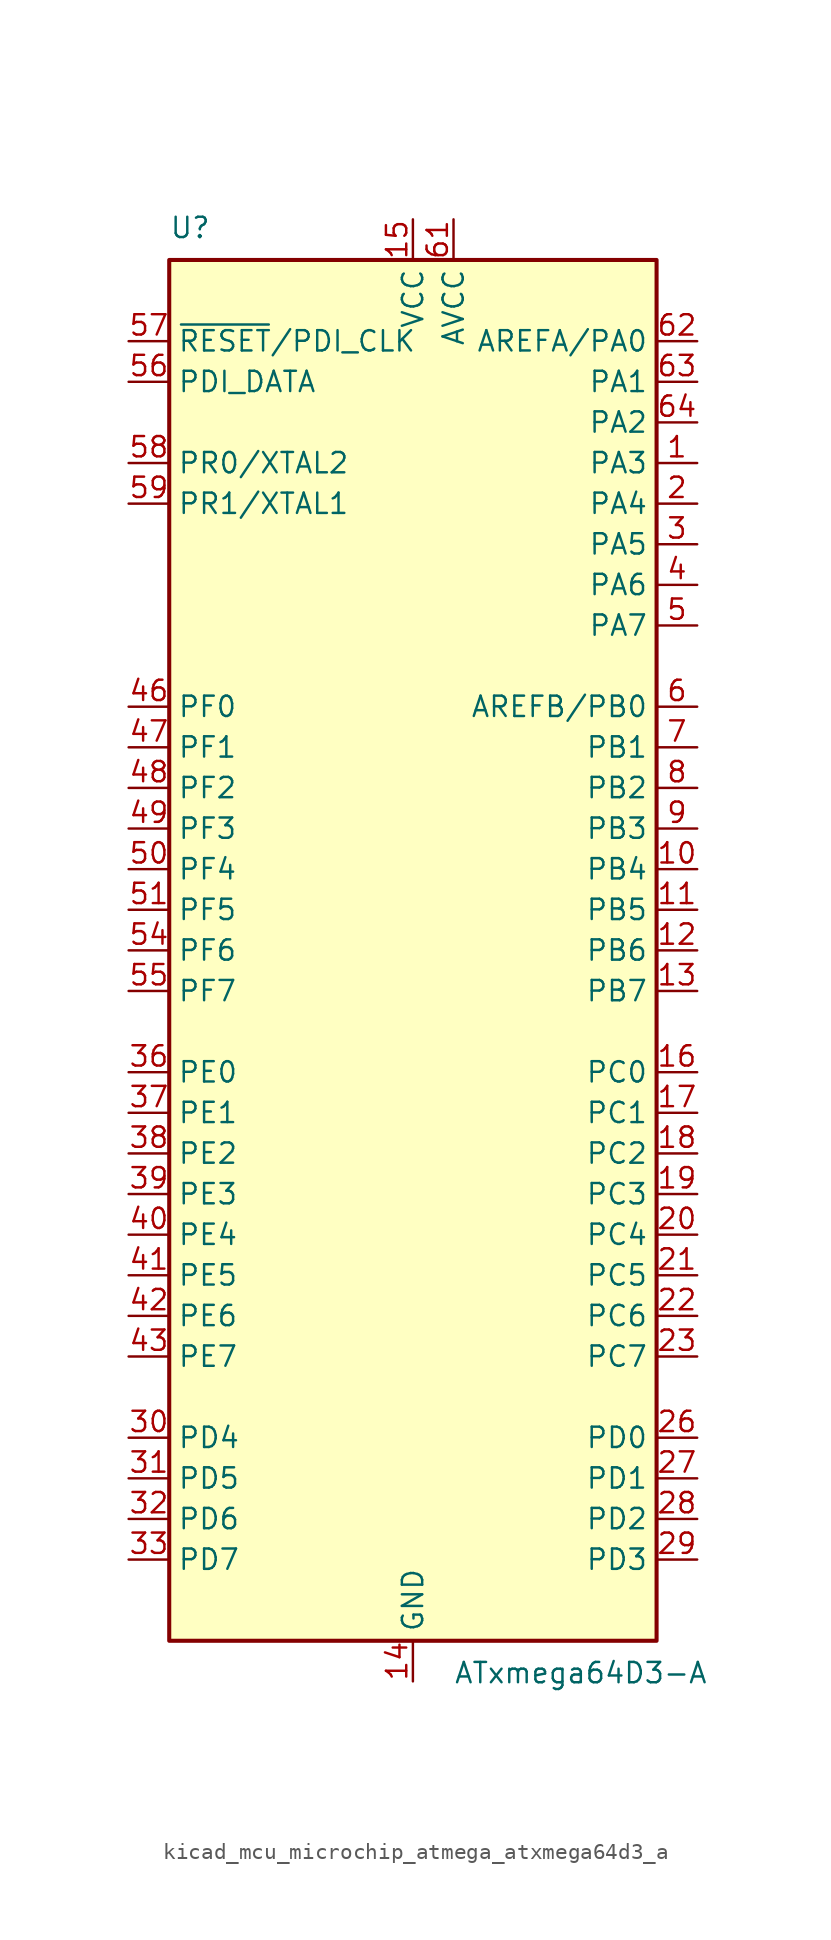
<source format=kicad_sym>
(kicad_symbol_lib
  (version 20220914)
  (generator kicad_symbol_editor)
  (symbol "kicad_mcu_microchip_atmega_atxmega64d3_a"
    (property "Reference" "U"
      (at -15.24 44.45 0)
      (effects (font (size 1.27 1.27)) (justify left bottom)))
    (property "Value" "ATxmega64D3-A"
      (at 2.54 -44.45 0)
      (effects (font (size 1.27 1.27)) (justify left top)))
    (symbol "kicad_mcu_microchip_atmega_atxmega64d3_a_0_1"
      (rectangle (start -15.24 -43.18) (end 15.24 43.18) (stroke (width 0.254) (type default)) (fill (type background))))
    (symbol "kicad_mcu_microchip_atmega_atxmega64d3_a_1_1"
      (pin bidirectional line (at 17.78 30.48 180) (length 2.54) (name "PA3" (effects (font (size 1.27 1.27)))) (number "1" (effects (font (size 1.27 1.27)))))
      (pin bidirectional line (at 17.78 5.08 180) (length 2.54) (name "PB4" (effects (font (size 1.27 1.27)))) (number "10" (effects (font (size 1.27 1.27)))))
      (pin bidirectional line (at 17.78 2.54 180) (length 2.54) (name "PB5" (effects (font (size 1.27 1.27)))) (number "11" (effects (font (size 1.27 1.27)))))
      (pin bidirectional line (at 17.78 0 180) (length 2.54) (name "PB6" (effects (font (size 1.27 1.27)))) (number "12" (effects (font (size 1.27 1.27)))))
      (pin bidirectional line (at 17.78 -2.54 180) (length 2.54) (name "PB7" (effects (font (size 1.27 1.27)))) (number "13" (effects (font (size 1.27 1.27)))))
      (pin power_in line (at 0 -45.72 90) (length 2.54) (name "GND" (effects (font (size 1.27 1.27)))) (number "14" (effects (font (size 1.27 1.27)))))
      (pin power_in line (at 0 45.72 270) (length 2.54) (name "VCC" (effects (font (size 1.27 1.27)))) (number "15" (effects (font (size 1.27 1.27)))))
      (pin bidirectional line (at 17.78 -7.62 180) (length 2.54) (name "PC0" (effects (font (size 1.27 1.27)))) (number "16" (effects (font (size 1.27 1.27)))))
      (pin bidirectional line (at 17.78 -10.16 180) (length 2.54) (name "PC1" (effects (font (size 1.27 1.27)))) (number "17" (effects (font (size 1.27 1.27)))))
      (pin bidirectional line (at 17.78 -12.7 180) (length 2.54) (name "PC2" (effects (font (size 1.27 1.27)))) (number "18" (effects (font (size 1.27 1.27)))))
      (pin bidirectional line (at 17.78 -15.24 180) (length 2.54) (name "PC3" (effects (font (size 1.27 1.27)))) (number "19" (effects (font (size 1.27 1.27)))))
      (pin bidirectional line (at 17.78 27.94 180) (length 2.54) (name "PA4" (effects (font (size 1.27 1.27)))) (number "2" (effects (font (size 1.27 1.27)))))
      (pin bidirectional line (at 17.78 -17.78 180) (length 2.54) (name "PC4" (effects (font (size 1.27 1.27)))) (number "20" (effects (font (size 1.27 1.27)))))
      (pin bidirectional line (at 17.78 -20.32 180) (length 2.54) (name "PC5" (effects (font (size 1.27 1.27)))) (number "21" (effects (font (size 1.27 1.27)))))
      (pin bidirectional line (at 17.78 -22.86 180) (length 2.54) (name "PC6" (effects (font (size 1.27 1.27)))) (number "22" (effects (font (size 1.27 1.27)))))
      (pin bidirectional line (at 17.78 -25.4 180) (length 2.54) (name "PC7" (effects (font (size 1.27 1.27)))) (number "23" (effects (font (size 1.27 1.27)))))
      (pin passive line (at 0 -45.72 90) (length 2.54) hide (name "GND" (effects (font (size 1.27 1.27)))) (number "24" (effects (font (size 1.27 1.27)))))
      (pin passive line (at 0 45.72 270) (length 2.54) hide (name "VCC" (effects (font (size 1.27 1.27)))) (number "25" (effects (font (size 1.27 1.27)))))
      (pin bidirectional line (at 17.78 -30.48 180) (length 2.54) (name "PD0" (effects (font (size 1.27 1.27)))) (number "26" (effects (font (size 1.27 1.27)))))
      (pin bidirectional line (at 17.78 -33.02 180) (length 2.54) (name "PD1" (effects (font (size 1.27 1.27)))) (number "27" (effects (font (size 1.27 1.27)))))
      (pin bidirectional line (at 17.78 -35.56 180) (length 2.54) (name "PD2" (effects (font (size 1.27 1.27)))) (number "28" (effects (font (size 1.27 1.27)))))
      (pin bidirectional line (at 17.78 -38.1 180) (length 2.54) (name "PD3" (effects (font (size 1.27 1.27)))) (number "29" (effects (font (size 1.27 1.27)))))
      (pin bidirectional line (at 17.78 25.4 180) (length 2.54) (name "PA5" (effects (font (size 1.27 1.27)))) (number "3" (effects (font (size 1.27 1.27)))))
      (pin bidirectional line (at -17.78 -30.48 0) (length 2.54) (name "PD4" (effects (font (size 1.27 1.27)))) (number "30" (effects (font (size 1.27 1.27)))))
      (pin bidirectional line (at -17.78 -33.02 0) (length 2.54) (name "PD5" (effects (font (size 1.27 1.27)))) (number "31" (effects (font (size 1.27 1.27)))))
      (pin bidirectional line (at -17.78 -35.56 0) (length 2.54) (name "PD6" (effects (font (size 1.27 1.27)))) (number "32" (effects (font (size 1.27 1.27)))))
      (pin bidirectional line (at -17.78 -38.1 0) (length 2.54) (name "PD7" (effects (font (size 1.27 1.27)))) (number "33" (effects (font (size 1.27 1.27)))))
      (pin passive line (at 0 -45.72 90) (length 2.54) hide (name "GND" (effects (font (size 1.27 1.27)))) (number "34" (effects (font (size 1.27 1.27)))))
      (pin passive line (at 0 45.72 270) (length 2.54) hide (name "VCC" (effects (font (size 1.27 1.27)))) (number "35" (effects (font (size 1.27 1.27)))))
      (pin bidirectional line (at -17.78 -7.62 0) (length 2.54) (name "PE0" (effects (font (size 1.27 1.27)))) (number "36" (effects (font (size 1.27 1.27)))))
      (pin bidirectional line (at -17.78 -10.16 0) (length 2.54) (name "PE1" (effects (font (size 1.27 1.27)))) (number "37" (effects (font (size 1.27 1.27)))))
      (pin bidirectional line (at -17.78 -12.7 0) (length 2.54) (name "PE2" (effects (font (size 1.27 1.27)))) (number "38" (effects (font (size 1.27 1.27)))))
      (pin bidirectional line (at -17.78 -15.24 0) (length 2.54) (name "PE3" (effects (font (size 1.27 1.27)))) (number "39" (effects (font (size 1.27 1.27)))))
      (pin bidirectional line (at 17.78 22.86 180) (length 2.54) (name "PA6" (effects (font (size 1.27 1.27)))) (number "4" (effects (font (size 1.27 1.27)))))
      (pin bidirectional line (at -17.78 -17.78 0) (length 2.54) (name "PE4" (effects (font (size 1.27 1.27)))) (number "40" (effects (font (size 1.27 1.27)))))
      (pin bidirectional line (at -17.78 -20.32 0) (length 2.54) (name "PE5" (effects (font (size 1.27 1.27)))) (number "41" (effects (font (size 1.27 1.27)))))
      (pin bidirectional line (at -17.78 -22.86 0) (length 2.54) (name "PE6" (effects (font (size 1.27 1.27)))) (number "42" (effects (font (size 1.27 1.27)))))
      (pin bidirectional line (at -17.78 -25.4 0) (length 2.54) (name "PE7" (effects (font (size 1.27 1.27)))) (number "43" (effects (font (size 1.27 1.27)))))
      (pin passive line (at 0 -45.72 90) (length 2.54) hide (name "GND" (effects (font (size 1.27 1.27)))) (number "44" (effects (font (size 1.27 1.27)))))
      (pin passive line (at 0 45.72 270) (length 2.54) hide (name "VCC" (effects (font (size 1.27 1.27)))) (number "45" (effects (font (size 1.27 1.27)))))
      (pin bidirectional line (at -17.78 15.24 0) (length 2.54) (name "PF0" (effects (font (size 1.27 1.27)))) (number "46" (effects (font (size 1.27 1.27)))))
      (pin bidirectional line (at -17.78 12.7 0) (length 2.54) (name "PF1" (effects (font (size 1.27 1.27)))) (number "47" (effects (font (size 1.27 1.27)))))
      (pin bidirectional line (at -17.78 10.16 0) (length 2.54) (name "PF2" (effects (font (size 1.27 1.27)))) (number "48" (effects (font (size 1.27 1.27)))))
      (pin bidirectional line (at -17.78 7.62 0) (length 2.54) (name "PF3" (effects (font (size 1.27 1.27)))) (number "49" (effects (font (size 1.27 1.27)))))
      (pin bidirectional line (at 17.78 20.32 180) (length 2.54) (name "PA7" (effects (font (size 1.27 1.27)))) (number "5" (effects (font (size 1.27 1.27)))))
      (pin bidirectional line (at -17.78 5.08 0) (length 2.54) (name "PF4" (effects (font (size 1.27 1.27)))) (number "50" (effects (font (size 1.27 1.27)))))
      (pin bidirectional line (at -17.78 2.54 0) (length 2.54) (name "PF5" (effects (font (size 1.27 1.27)))) (number "51" (effects (font (size 1.27 1.27)))))
      (pin passive line (at 0 -45.72 90) (length 2.54) hide (name "GND" (effects (font (size 1.27 1.27)))) (number "52" (effects (font (size 1.27 1.27)))))
      (pin passive line (at 0 45.72 270) (length 2.54) hide (name "VCC" (effects (font (size 1.27 1.27)))) (number "53" (effects (font (size 1.27 1.27)))))
      (pin bidirectional line (at -17.78 0 0) (length 2.54) (name "PF6" (effects (font (size 1.27 1.27)))) (number "54" (effects (font (size 1.27 1.27)))))
      (pin bidirectional line (at -17.78 -2.54 0) (length 2.54) (name "PF7" (effects (font (size 1.27 1.27)))) (number "55" (effects (font (size 1.27 1.27)))))
      (pin bidirectional line (at -17.78 35.56 0) (length 2.54) (name "PDI_DATA" (effects (font (size 1.27 1.27)))) (number "56" (effects (font (size 1.27 1.27)))))
      (pin input line (at -17.78 38.1 0) (length 2.54) (name "~{RESET}/PDI_CLK" (effects (font (size 1.27 1.27)))) (number "57" (effects (font (size 1.27 1.27)))))
      (pin bidirectional line (at -17.78 30.48 0) (length 2.54) (name "PR0/XTAL2" (effects (font (size 1.27 1.27)))) (number "58" (effects (font (size 1.27 1.27)))))
      (pin bidirectional line (at -17.78 27.94 0) (length 2.54) (name "PR1/XTAL1" (effects (font (size 1.27 1.27)))) (number "59" (effects (font (size 1.27 1.27)))))
      (pin bidirectional line (at 17.78 15.24 180) (length 2.54) (name "AREFB/PB0" (effects (font (size 1.27 1.27)))) (number "6" (effects (font (size 1.27 1.27)))))
      (pin passive line (at 0 -45.72 90) (length 2.54) hide (name "GND" (effects (font (size 1.27 1.27)))) (number "60" (effects (font (size 1.27 1.27)))))
      (pin power_in line (at 2.54 45.72 270) (length 2.54) (name "AVCC" (effects (font (size 1.27 1.27)))) (number "61" (effects (font (size 1.27 1.27)))))
      (pin bidirectional line (at 17.78 38.1 180) (length 2.54) (name "AREFA/PA0" (effects (font (size 1.27 1.27)))) (number "62" (effects (font (size 1.27 1.27)))))
      (pin bidirectional line (at 17.78 35.56 180) (length 2.54) (name "PA1" (effects (font (size 1.27 1.27)))) (number "63" (effects (font (size 1.27 1.27)))))
      (pin bidirectional line (at 17.78 33.02 180) (length 2.54) (name "PA2" (effects (font (size 1.27 1.27)))) (number "64" (effects (font (size 1.27 1.27)))))
      (pin bidirectional line (at 17.78 12.7 180) (length 2.54) (name "PB1" (effects (font (size 1.27 1.27)))) (number "7" (effects (font (size 1.27 1.27)))))
      (pin bidirectional line (at 17.78 10.16 180) (length 2.54) (name "PB2" (effects (font (size 1.27 1.27)))) (number "8" (effects (font (size 1.27 1.27)))))
      (pin bidirectional line (at 17.78 7.62 180) (length 2.54) (name "PB3" (effects (font (size 1.27 1.27)))) (number "9" (effects (font (size 1.27 1.27))))))))
</source>
